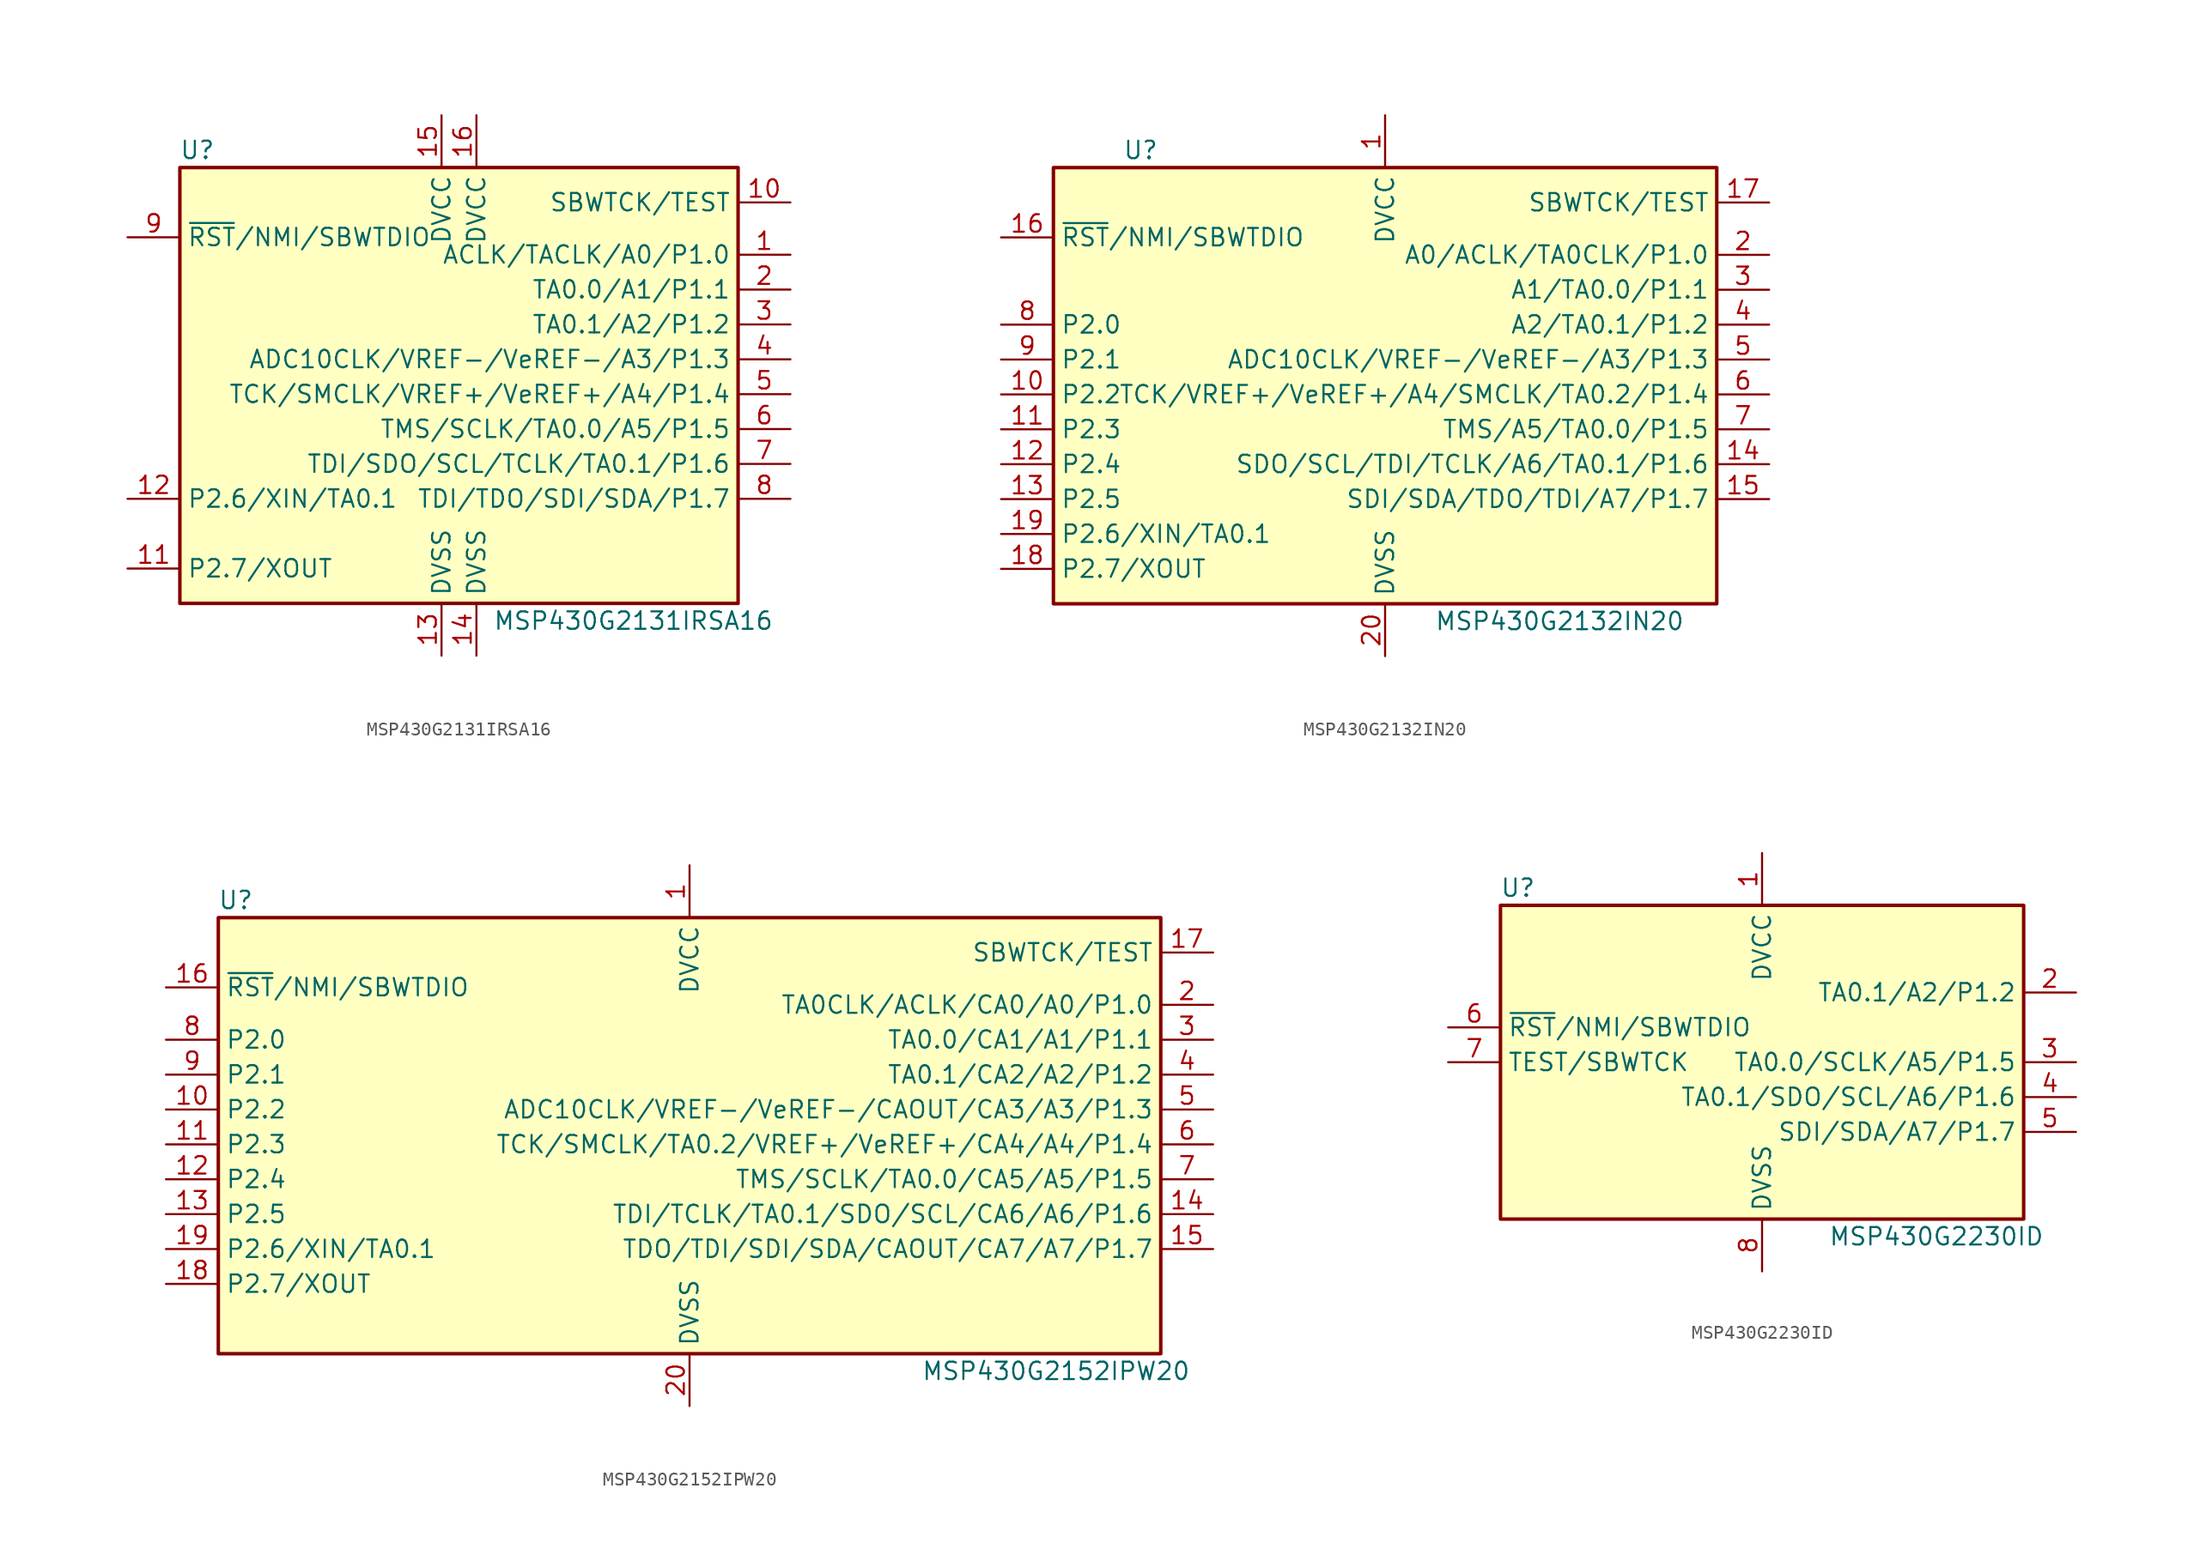
<source format=kicad_sym>
(kicad_symbol_lib
  (version 20211014)
  (generator kicad_symbol_editor)
  (symbol "MSP430G2131IRSA16"
    (property "Reference" "U"
      (at -19.05 17.78 0)
      (effects (font (size 1.27 1.27))))
    (property "Value" "MSP430G2131IRSA16"
      (at 12.7 -16.51 0)
      (effects (font (size 1.27 1.27))))
    (symbol "MSP430G2131IRSA16_0_1"
      (rectangle (start -20.32 16.51) (end 20.32 -15.24) (stroke (width 0.254) (type default) (color 0 0 0 0)) (fill (type background))))
    (symbol "MSP430G2131IRSA16_1_1"
      (pin bidirectional line (at 24.13 10.16 180) (length 3.81) (name "ACLK/TACLK/A0/P1.0" (effects (font (size 1.27 1.27)))) (number "1" (effects (font (size 1.27 1.27)))))
      (pin input line (at 24.13 13.97 180) (length 3.81) (name "SBWTCK/TEST" (effects (font (size 1.27 1.27)))) (number "10" (effects (font (size 1.27 1.27)))))
      (pin bidirectional line (at -24.13 -12.7 0) (length 3.81) (name "P2.7/XOUT" (effects (font (size 1.27 1.27)))) (number "11" (effects (font (size 1.27 1.27)))))
      (pin bidirectional line (at -24.13 -7.62 0) (length 3.81) (name "P2.6/XIN/TA0.1" (effects (font (size 1.27 1.27)))) (number "12" (effects (font (size 1.27 1.27)))))
      (pin power_in line (at -1.27 -19.05 90) (length 3.81) (name "DVSS" (effects (font (size 1.27 1.27)))) (number "13" (effects (font (size 1.27 1.27)))))
      (pin power_in line (at 1.27 -19.05 90) (length 3.81) (name "DVSS" (effects (font (size 1.27 1.27)))) (number "14" (effects (font (size 1.27 1.27)))))
      (pin power_in line (at -1.27 20.32 270) (length 3.81) (name "DVCC" (effects (font (size 1.27 1.27)))) (number "15" (effects (font (size 1.27 1.27)))))
      (pin power_in line (at 1.27 20.32 270) (length 3.81) (name "DVCC" (effects (font (size 1.27 1.27)))) (number "16" (effects (font (size 1.27 1.27)))))
      (pin bidirectional line (at 24.13 7.62 180) (length 3.81) (name "TA0.0/A1/P1.1" (effects (font (size 1.27 1.27)))) (number "2" (effects (font (size 1.27 1.27)))))
      (pin bidirectional line (at 24.13 5.08 180) (length 3.81) (name "TA0.1/A2/P1.2" (effects (font (size 1.27 1.27)))) (number "3" (effects (font (size 1.27 1.27)))))
      (pin bidirectional line (at 24.13 2.54 180) (length 3.81) (name "ADC10CLK/VREF-/VeREF-/A3/P1.3" (effects (font (size 1.27 1.27)))) (number "4" (effects (font (size 1.27 1.27)))))
      (pin bidirectional line (at 24.13 0 180) (length 3.81) (name "TCK/SMCLK/VREF+/VeREF+/A4/P1.4" (effects (font (size 1.27 1.27)))) (number "5" (effects (font (size 1.27 1.27)))))
      (pin bidirectional line (at 24.13 -2.54 180) (length 3.81) (name "TMS/SCLK/TA0.0/A5/P1.5" (effects (font (size 1.27 1.27)))) (number "6" (effects (font (size 1.27 1.27)))))
      (pin bidirectional line (at 24.13 -5.08 180) (length 3.81) (name "TDI/SDO/SCL/TCLK/TA0.1/P1.6" (effects (font (size 1.27 1.27)))) (number "7" (effects (font (size 1.27 1.27)))))
      (pin bidirectional line (at 24.13 -7.62 180) (length 3.81) (name "TDI/TDO/SDI/SDA/P1.7" (effects (font (size 1.27 1.27)))) (number "8" (effects (font (size 1.27 1.27)))))
      (pin input line (at -24.13 11.43 0) (length 3.81) (name "~{RST}/NMI/SBWTDIO" (effects (font (size 1.27 1.27)))) (number "9" (effects (font (size 1.27 1.27)))))))
  (symbol "MSP430G2132IN20"
    (property "Reference" "U"
      (at -17.78 17.78 0)
      (effects (font (size 1.27 1.27))))
    (property "Value" "MSP430G2132IN20"
      (at 12.7 -16.51 0)
      (effects (font (size 1.27 1.27))))
    (symbol "MSP430G2132IN20_0_1"
      (rectangle (start -24.13 16.51) (end 24.13 -15.24) (stroke (width 0.254) (type default) (color 0 0 0 0)) (fill (type background))))
    (symbol "MSP430G2132IN20_1_1"
      (pin power_in line (at 0 20.32 270) (length 3.81) (name "DVCC" (effects (font (size 1.27 1.27)))) (number "1" (effects (font (size 1.27 1.27)))))
      (pin bidirectional line (at -27.94 0 0) (length 3.81) (name "P2.2" (effects (font (size 1.27 1.27)))) (number "10" (effects (font (size 1.27 1.27)))))
      (pin bidirectional line (at -27.94 -2.54 0) (length 3.81) (name "P2.3" (effects (font (size 1.27 1.27)))) (number "11" (effects (font (size 1.27 1.27)))))
      (pin bidirectional line (at -27.94 -5.08 0) (length 3.81) (name "P2.4" (effects (font (size 1.27 1.27)))) (number "12" (effects (font (size 1.27 1.27)))))
      (pin bidirectional line (at -27.94 -7.62 0) (length 3.81) (name "P2.5" (effects (font (size 1.27 1.27)))) (number "13" (effects (font (size 1.27 1.27)))))
      (pin bidirectional line (at 27.94 -5.08 180) (length 3.81) (name "SDO/SCL/TDI/TCLK/A6/TA0.1/P1.6" (effects (font (size 1.27 1.27)))) (number "14" (effects (font (size 1.27 1.27)))))
      (pin bidirectional line (at 27.94 -7.62 180) (length 3.81) (name "SDI/SDA/TDO/TDI/A7/P1.7" (effects (font (size 1.27 1.27)))) (number "15" (effects (font (size 1.27 1.27)))))
      (pin input line (at -27.94 11.43 0) (length 3.81) (name "~{RST}/NMI/SBWTDIO" (effects (font (size 1.27 1.27)))) (number "16" (effects (font (size 1.27 1.27)))))
      (pin input line (at 27.94 13.97 180) (length 3.81) (name "SBWTCK/TEST" (effects (font (size 1.27 1.27)))) (number "17" (effects (font (size 1.27 1.27)))))
      (pin bidirectional line (at -27.94 -12.7 0) (length 3.81) (name "P2.7/XOUT" (effects (font (size 1.27 1.27)))) (number "18" (effects (font (size 1.27 1.27)))))
      (pin bidirectional line (at -27.94 -10.16 0) (length 3.81) (name "P2.6/XIN/TA0.1" (effects (font (size 1.27 1.27)))) (number "19" (effects (font (size 1.27 1.27)))))
      (pin bidirectional line (at 27.94 10.16 180) (length 3.81) (name "A0/ACLK/TA0CLK/P1.0" (effects (font (size 1.27 1.27)))) (number "2" (effects (font (size 1.27 1.27)))))
      (pin power_in line (at 0 -19.05 90) (length 3.81) (name "DVSS" (effects (font (size 1.27 1.27)))) (number "20" (effects (font (size 1.27 1.27)))))
      (pin bidirectional line (at 27.94 7.62 180) (length 3.81) (name "A1/TA0.0/P1.1" (effects (font (size 1.27 1.27)))) (number "3" (effects (font (size 1.27 1.27)))))
      (pin bidirectional line (at 27.94 5.08 180) (length 3.81) (name "A2/TA0.1/P1.2" (effects (font (size 1.27 1.27)))) (number "4" (effects (font (size 1.27 1.27)))))
      (pin bidirectional line (at 27.94 2.54 180) (length 3.81) (name "ADC10CLK/VREF-/VeREF-/A3/P1.3" (effects (font (size 1.27 1.27)))) (number "5" (effects (font (size 1.27 1.27)))))
      (pin bidirectional line (at 27.94 0 180) (length 3.81) (name "TCK/VREF+/VeREF+/A4/SMCLK/TA0.2/P1.4" (effects (font (size 1.27 1.27)))) (number "6" (effects (font (size 1.27 1.27)))))
      (pin bidirectional line (at 27.94 -2.54 180) (length 3.81) (name "TMS/A5/TA0.0/P1.5" (effects (font (size 1.27 1.27)))) (number "7" (effects (font (size 1.27 1.27)))))
      (pin bidirectional line (at -27.94 5.08 0) (length 3.81) (name "P2.0" (effects (font (size 1.27 1.27)))) (number "8" (effects (font (size 1.27 1.27)))))
      (pin bidirectional line (at -27.94 2.54 0) (length 3.81) (name "P2.1" (effects (font (size 1.27 1.27)))) (number "9" (effects (font (size 1.27 1.27)))))))
  (symbol "MSP430G2152IPW20"
    (property "Reference" "U"
      (at -33.02 17.78 0)
      (effects (font (size 1.27 1.27))))
    (property "Value" "MSP430G2152IPW20"
      (at 26.67 -16.51 0)
      (effects (font (size 1.27 1.27))))
    (symbol "MSP430G2152IPW20_0_1"
      (rectangle (start -34.29 16.51) (end 34.29 -15.24) (stroke (width 0.254) (type default) (color 0 0 0 0)) (fill (type background))))
    (symbol "MSP430G2152IPW20_1_1"
      (pin power_in line (at 0 20.32 270) (length 3.81) (name "DVCC" (effects (font (size 1.27 1.27)))) (number "1" (effects (font (size 1.27 1.27)))))
      (pin bidirectional line (at -38.1 2.54 0) (length 3.81) (name "P2.2" (effects (font (size 1.27 1.27)))) (number "10" (effects (font (size 1.27 1.27)))))
      (pin bidirectional line (at -38.1 0 0) (length 3.81) (name "P2.3" (effects (font (size 1.27 1.27)))) (number "11" (effects (font (size 1.27 1.27)))))
      (pin bidirectional line (at -38.1 -2.54 0) (length 3.81) (name "P2.4" (effects (font (size 1.27 1.27)))) (number "12" (effects (font (size 1.27 1.27)))))
      (pin bidirectional line (at -38.1 -5.08 0) (length 3.81) (name "P2.5" (effects (font (size 1.27 1.27)))) (number "13" (effects (font (size 1.27 1.27)))))
      (pin bidirectional line (at 38.1 -5.08 180) (length 3.81) (name "TDI/TCLK/TA0.1/SDO/SCL/CA6/A6/P1.6" (effects (font (size 1.27 1.27)))) (number "14" (effects (font (size 1.27 1.27)))))
      (pin bidirectional line (at 38.1 -7.62 180) (length 3.81) (name "TDO/TDI/SDI/SDA/CAOUT/CA7/A7/P1.7" (effects (font (size 1.27 1.27)))) (number "15" (effects (font (size 1.27 1.27)))))
      (pin input line (at -38.1 11.43 0) (length 3.81) (name "~{RST}/NMI/SBWTDIO" (effects (font (size 1.27 1.27)))) (number "16" (effects (font (size 1.27 1.27)))))
      (pin input line (at 38.1 13.97 180) (length 3.81) (name "SBWTCK/TEST" (effects (font (size 1.27 1.27)))) (number "17" (effects (font (size 1.27 1.27)))))
      (pin bidirectional line (at -38.1 -10.16 0) (length 3.81) (name "P2.7/XOUT" (effects (font (size 1.27 1.27)))) (number "18" (effects (font (size 1.27 1.27)))))
      (pin bidirectional line (at -38.1 -7.62 0) (length 3.81) (name "P2.6/XIN/TA0.1" (effects (font (size 1.27 1.27)))) (number "19" (effects (font (size 1.27 1.27)))))
      (pin bidirectional line (at 38.1 10.16 180) (length 3.81) (name "TA0CLK/ACLK/CA0/A0/P1.0" (effects (font (size 1.27 1.27)))) (number "2" (effects (font (size 1.27 1.27)))))
      (pin power_in line (at 0 -19.05 90) (length 3.81) (name "DVSS" (effects (font (size 1.27 1.27)))) (number "20" (effects (font (size 1.27 1.27)))))
      (pin bidirectional line (at 38.1 7.62 180) (length 3.81) (name "TA0.0/CA1/A1/P1.1" (effects (font (size 1.27 1.27)))) (number "3" (effects (font (size 1.27 1.27)))))
      (pin bidirectional line (at 38.1 5.08 180) (length 3.81) (name "TA0.1/CA2/A2/P1.2" (effects (font (size 1.27 1.27)))) (number "4" (effects (font (size 1.27 1.27)))))
      (pin bidirectional line (at 38.1 2.54 180) (length 3.81) (name "ADC10CLK/VREF-/VeREF-/CAOUT/CA3/A3/P1.3" (effects (font (size 1.27 1.27)))) (number "5" (effects (font (size 1.27 1.27)))))
      (pin bidirectional line (at 38.1 0 180) (length 3.81) (name "TCK/SMCLK/TA0.2/VREF+/VeREF+/CA4/A4/P1.4" (effects (font (size 1.27 1.27)))) (number "6" (effects (font (size 1.27 1.27)))))
      (pin bidirectional line (at 38.1 -2.54 180) (length 3.81) (name "TMS/SCLK/TA0.0/CA5/A5/P1.5" (effects (font (size 1.27 1.27)))) (number "7" (effects (font (size 1.27 1.27)))))
      (pin bidirectional line (at -38.1 7.62 0) (length 3.81) (name "P2.0" (effects (font (size 1.27 1.27)))) (number "8" (effects (font (size 1.27 1.27)))))
      (pin bidirectional line (at -38.1 5.08 0) (length 3.81) (name "P2.1" (effects (font (size 1.27 1.27)))) (number "9" (effects (font (size 1.27 1.27)))))))
  (symbol "MSP430G2230ID"
    (property "Reference" "U"
      (at -17.78 12.7 0)
      (effects (font (size 1.27 1.27))))
    (property "Value" "MSP430G2230ID"
      (at 12.7 -12.7 0)
      (effects (font (size 1.27 1.27))))
    (symbol "MSP430G2230ID_0_1"
      (rectangle (start -19.05 11.43) (end 19.05 -11.43) (stroke (width 0.254) (type default) (color 0 0 0 0)) (fill (type background))))
    (symbol "MSP430G2230ID_1_1"
      (pin power_in line (at 0 15.24 270) (length 3.81) (name "DVCC" (effects (font (size 1.27 1.27)))) (number "1" (effects (font (size 1.27 1.27)))))
      (pin bidirectional line (at 22.86 5.08 180) (length 3.81) (name "TA0.1/A2/P1.2" (effects (font (size 1.27 1.27)))) (number "2" (effects (font (size 1.27 1.27)))))
      (pin bidirectional line (at 22.86 0 180) (length 3.81) (name "TA0.0/SCLK/A5/P1.5" (effects (font (size 1.27 1.27)))) (number "3" (effects (font (size 1.27 1.27)))))
      (pin bidirectional line (at 22.86 -2.54 180) (length 3.81) (name "TA0.1/SDO/SCL/A6/P1.6" (effects (font (size 1.27 1.27)))) (number "4" (effects (font (size 1.27 1.27)))))
      (pin bidirectional line (at 22.86 -5.08 180) (length 3.81) (name "SDI/SDA/A7/P1.7" (effects (font (size 1.27 1.27)))) (number "5" (effects (font (size 1.27 1.27)))))
      (pin input line (at -22.86 2.54 0) (length 3.81) (name "~{RST}/NMI/SBWTDIO" (effects (font (size 1.27 1.27)))) (number "6" (effects (font (size 1.27 1.27)))))
      (pin input line (at -22.86 0 0) (length 3.81) (name "TEST/SBWTCK" (effects (font (size 1.27 1.27)))) (number "7" (effects (font (size 1.27 1.27)))))
      (pin power_in line (at 0 -15.24 90) (length 3.81) (name "DVSS" (effects (font (size 1.27 1.27)))) (number "8" (effects (font (size 1.27 1.27))))))))
</source>
